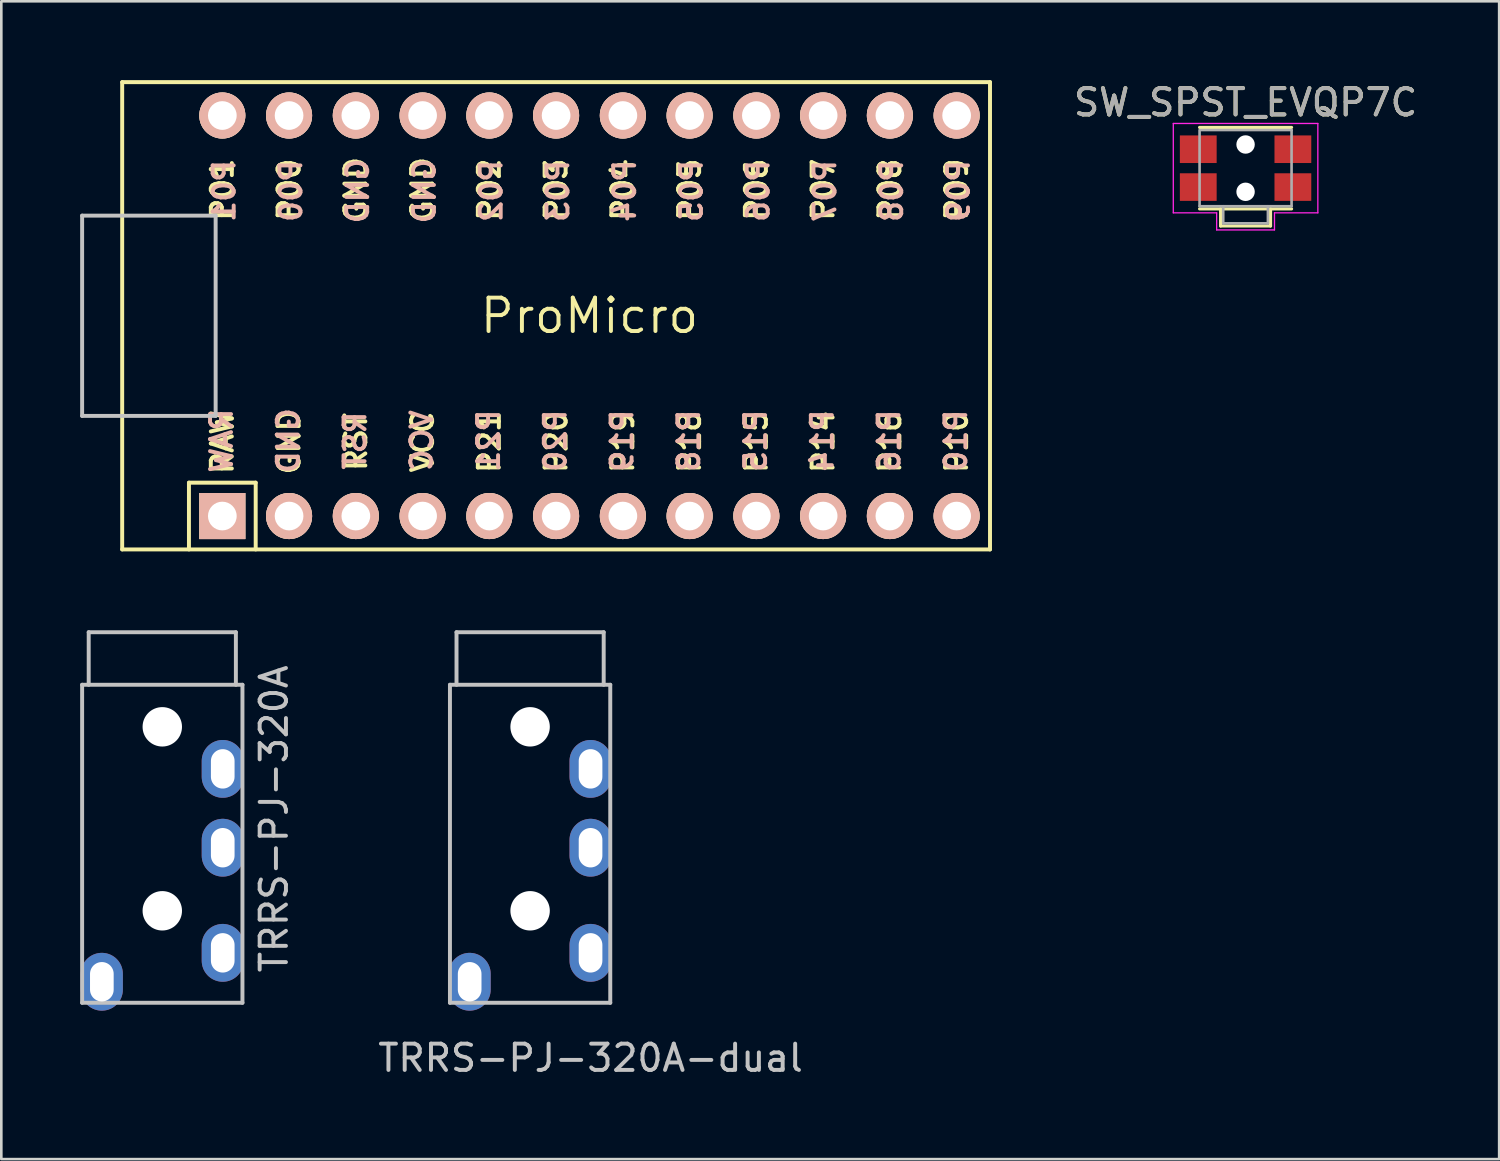
<source format=kicad_pcb>
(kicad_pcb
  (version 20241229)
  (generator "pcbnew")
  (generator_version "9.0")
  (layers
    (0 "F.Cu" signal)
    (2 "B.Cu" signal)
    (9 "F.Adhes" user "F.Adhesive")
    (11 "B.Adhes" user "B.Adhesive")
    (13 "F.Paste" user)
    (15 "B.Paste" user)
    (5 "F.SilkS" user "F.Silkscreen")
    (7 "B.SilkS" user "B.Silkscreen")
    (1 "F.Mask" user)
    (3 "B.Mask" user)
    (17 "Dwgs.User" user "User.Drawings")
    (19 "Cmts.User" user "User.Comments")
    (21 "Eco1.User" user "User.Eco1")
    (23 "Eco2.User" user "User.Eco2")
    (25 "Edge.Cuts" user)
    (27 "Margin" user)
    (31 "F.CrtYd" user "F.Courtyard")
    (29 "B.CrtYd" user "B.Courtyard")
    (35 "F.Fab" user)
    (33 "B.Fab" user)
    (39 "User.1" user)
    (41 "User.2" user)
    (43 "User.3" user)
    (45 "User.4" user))
  (footprint "ProMicro"
    (layer "F.Cu")
    (at 19.379 8.965)
    (property "Reference" "ProMicro" (at 0 0 0) (layer "F.SilkS") (effects (font (size 1.27 1.27) (thickness 0.15))))
    (attr through_hole)
    (fp_line (start -17.78 -8.89) (end -17.78 8.89) (stroke (width 0.15) (type solid)) (layer "F.SilkS"))
    (fp_line (start -17.78 8.89) (end 15.24 8.89) (stroke (width 0.15) (type solid)) (layer "F.SilkS"))
    (fp_line (start -15.24 6.35) (end -15.24 8.89) (stroke (width 0.15) (type solid)) (layer "F.SilkS"))
    (fp_line (start -15.24 6.35) (end -12.7 6.35) (stroke (width 0.15) (type solid)) (layer "F.SilkS"))
    (fp_line (start -12.7 6.35) (end -12.7 8.89) (stroke (width 0.15) (type solid)) (layer "F.SilkS"))
    (fp_line (start 15.24 -8.89) (end -17.78 -8.89) (stroke (width 0.15) (type solid)) (layer "F.SilkS"))
    (fp_line (start 15.24 8.89) (end 15.24 -8.89) (stroke (width 0.15) (type solid)) (layer "F.SilkS"))
    (fp_line (start -19.304 -3.81) (end -14.224 -3.81) (stroke (width 0.15) (type solid)) (layer "Dwgs.User"))
    (fp_line (start -19.304 3.81) (end -19.304 -3.81) (stroke (width 0.15) (type solid)) (layer "Dwgs.User"))
    (fp_line (start -14.224 -3.81) (end -14.224 3.81) (stroke (width 0.15) (type solid)) (layer "Dwgs.User"))
    (fp_line (start -14.224 3.81) (end -19.304 3.81) (stroke (width 0.15) (type solid)) (layer "Dwgs.User"))
    (fp_text user "P01" (at -13.97 -4.8 90) (layer "F.SilkS") (effects (font (size 0.8 0.8) (thickness 0.15))))
    (fp_text user "P06" (at 6.35 -4.8 90) (layer "F.SilkS") (effects (font (size 0.8 0.8) (thickness 0.15))))
    (fp_text user "P09" (at 13.97 -4.8 90) (layer "F.SilkS") (effects (font (size 0.8 0.8) (thickness 0.15))))
    (fp_text user "VCC" (at -6.35 4.8 90) (layer "F.SilkS") (effects (font (size 0.8 0.8) (thickness 0.15))))
    (fp_text user "P02" (at -3.81 -4.8 90) (layer "F.SilkS") (effects (font (size 0.8 0.8) (thickness 0.15))))
    (fp_text user "P07" (at 8.89 -4.8 90) (layer "F.SilkS") (effects (font (size 0.8 0.8) (thickness 0.15))))
    (fp_text user "P03" (at -1.27 -4.8 90) (layer "F.SilkS") (effects (font (size 0.8 0.8) (thickness 0.15))))
    (fp_text user "P15" (at 6.35 4.8 90) (layer "F.SilkS") (effects (font (size 0.8 0.8) (thickness 0.15))))
    (fp_text user "P10" (at 13.97 4.8 90) (layer "F.SilkS") (effects (font (size 0.8 0.8) (thickness 0.15))))
    (fp_text user "P18" (at 3.81 4.8 90) (layer "F.SilkS") (effects (font (size 0.8 0.8) (thickness 0.15))))
    (fp_text user "P05" (at 3.81 -4.8 90) (layer "F.SilkS") (effects (font (size 0.8 0.8) (thickness 0.15))))
    (fp_text user "P08" (at 11.43 -4.8 90) (layer "F.SilkS") (effects (font (size 0.8 0.8) (thickness 0.15))))
    (fp_text user "P20" (at -1.27 4.8 90) (layer "F.SilkS") (effects (font (size 0.8 0.8) (thickness 0.15))))
    (fp_text user "GND" (at -11.43 4.8 90) (layer "F.SilkS") (effects (font (size 0.8 0.8) (thickness 0.15))))
    (fp_text user "P19" (at 1.27 4.8 90) (layer "F.SilkS") (effects (font (size 0.8 0.8) (thickness 0.15))))
    (fp_text user "GND" (at -8.89 -4.8 90) (layer "F.SilkS") (effects (font (size 0.8 0.8) (thickness 0.15))))
    (fp_text user "P14" (at 8.89 4.8 90) (layer "F.SilkS") (effects (font (size 0.8 0.8) (thickness 0.15))))
    (fp_text user "P00" (at -11.43 -4.8 90) (layer "F.SilkS") (effects (font (size 0.8 0.8) (thickness 0.15))))
    (fp_text user "RST" (at -8.89 4.8 90) (layer "F.SilkS") (effects (font (size 0.8 0.8) (thickness 0.15))))
    (fp_text user "P21" (at -3.81 4.8 90) (layer "F.SilkS") (effects (font (size 0.8 0.8) (thickness 0.15))))
    (fp_text user "P16" (at 11.43 4.8 90) (layer "F.SilkS") (effects (font (size 0.8 0.8) (thickness 0.15))))
    (fp_text user "P04" (at 1.27 -4.8 90) (layer "F.SilkS") (effects (font (size 0.8 0.8) (thickness 0.15))))
    (fp_text user "RAW" (at -13.97 4.8 90) (layer "F.SilkS") (effects (font (size 0.8 0.8) (thickness 0.15))))
    (fp_text user "GND" (at -6.35 -4.8 90) (layer "F.SilkS") (effects (font (size 0.8 0.8) (thickness 0.15))))
    (fp_text user "P02" (at -3.74 -4.75 90) (layer "B.SilkS") (effects (font (size 0.8 0.8) (thickness 0.15)) (justify mirror)))
    (fp_text user "P19" (at 1.24 4.75 90) (layer "B.SilkS") (effects (font (size 0.8 0.8) (thickness 0.15)) (justify mirror)))
    (fp_text user "P20" (at -1.3 4.75 90) (layer "B.SilkS") (effects (font (size 0.8 0.8) (thickness 0.15)) (justify mirror)))
    (fp_text user "P00" (at -11.36 -4.75 90) (layer "B.SilkS") (effects (font (size 0.8 0.8) (thickness 0.15)) (justify mirror)))
    (fp_text user "P14" (at 8.86 4.75 90) (layer "B.SilkS") (effects (font (size 0.8 0.8) (thickness 0.15)) (justify mirror)))
    (fp_text user "RST" (at -8.92 4.75 90) (layer "B.SilkS") (effects (font (size 0.8 0.8) (thickness 0.15)) (justify mirror)))
    (fp_text user "P15" (at 6.32 4.75 90) (layer "B.SilkS") (effects (font (size 0.8 0.8) (thickness 0.15)) (justify mirror)))
    (fp_text user "P01" (at -13.9 -4.75 90) (layer "B.SilkS") (effects (font (size 0.8 0.8) (thickness 0.15)) (justify mirror)))
    (fp_text user "GND" (at -11.46 4.75 90) (layer "B.SilkS") (effects (font (size 0.8 0.8) (thickness 0.15)) (justify mirror)))
    (fp_text user "P06" (at 6.42 -4.75 90) (layer "B.SilkS") (effects (font (size 0.8 0.8) (thickness 0.15)) (justify mirror)))
    (fp_text user "P10" (at 13.94 4.75 90) (layer "B.SilkS") (effects (font (size 0.8 0.8) (thickness 0.15)) (justify mirror)))
    (fp_text user "P16" (at 11.4 4.75 90) (layer "B.SilkS") (effects (font (size 0.8 0.8) (thickness 0.15)) (justify mirror)))
    (fp_text user "GND" (at -8.82 -4.75 90) (layer "B.SilkS") (effects (font (size 0.8 0.8) (thickness 0.15)) (justify mirror)))
    (fp_text user "P07" (at 8.96 -4.75 90) (layer "B.SilkS") (effects (font (size 0.8 0.8) (thickness 0.15)) (justify mirror)))
    (fp_text user "P04" (at 1.34 -4.75 90) (layer "B.SilkS") (effects (font (size 0.8 0.8) (thickness 0.15)) (justify mirror)))
    (fp_text user "P05" (at 3.88 -4.75 90) (layer "B.SilkS") (effects (font (size 0.8 0.8) (thickness 0.15)) (justify mirror)))
    (fp_text user "P21" (at -3.84 4.75 90) (layer "B.SilkS") (effects (font (size 0.8 0.8) (thickness 0.15)) (justify mirror)))
    (fp_text user "P08" (at 11.5 -4.75 90) (layer "B.SilkS") (effects (font (size 0.8 0.8) (thickness 0.15)) (justify mirror)))
    (fp_text user "P18" (at 3.78 4.75 90) (layer "B.SilkS") (effects (font (size 0.8 0.8) (thickness 0.15)) (justify mirror)))
    (fp_text user "GND" (at -6.28 -4.75 90) (layer "B.SilkS") (effects (font (size 0.8 0.8) (thickness 0.15)) (justify mirror)))
    (fp_text user "VCC" (at -6.38 4.75 90) (layer "B.SilkS") (effects (font (size 0.8 0.8) (thickness 0.15)) (justify mirror)))
    (fp_text user "RAW" (at -14 4.75 90) (layer "B.SilkS") (effects (font (size 0.8 0.8) (thickness 0.15)) (justify mirror)))
    (fp_text user "P03" (at -1.2 -4.75 90) (layer "B.SilkS") (effects (font (size 0.8 0.8) (thickness 0.15)) (justify mirror)))
    (fp_text user "P09" (at 14.04 -4.75 90) (layer "B.SilkS") (effects (font (size 0.8 0.8) (thickness 0.15)) (justify mirror)))
    (pad "1" thru_hole rect (at -13.97 7.62) (size 1.753 1.753) (drill 1.092) (layers "*.Cu" "*.SilkS" "*.Mask"))
    (pad "2" thru_hole circle (at -11.43 7.62) (size 1.753 1.753) (drill 1.092) (layers "*.Cu" "*.SilkS" "*.Mask"))
    (pad "3" thru_hole circle (at -8.89 7.62) (size 1.753 1.753) (drill 1.092) (layers "*.Cu" "*.SilkS" "*.Mask"))
    (pad "4" thru_hole circle (at -6.35 7.62) (size 1.753 1.753) (drill 1.092) (layers "*.Cu" "*.SilkS" "*.Mask"))
    (pad "5" thru_hole circle (at -3.81 7.62) (size 1.753 1.753) (drill 1.092) (layers "*.Cu" "*.SilkS" "*.Mask"))
    (pad "6" thru_hole circle (at -1.27 7.62) (size 1.753 1.753) (drill 1.092) (layers "*.Cu" "*.SilkS" "*.Mask"))
    (pad "7" thru_hole circle (at 1.27 7.62) (size 1.753 1.753) (drill 1.092) (layers "*.Cu" "*.SilkS" "*.Mask"))
    (pad "8" thru_hole circle (at 3.81 7.62) (size 1.753 1.753) (drill 1.092) (layers "*.Cu" "*.SilkS" "*.Mask"))
    (pad "9" thru_hole circle (at 6.35 7.62) (size 1.753 1.753) (drill 1.092) (layers "*.Cu" "*.SilkS" "*.Mask"))
    (pad "10" thru_hole circle (at 8.89 7.62) (size 1.753 1.753) (drill 1.092) (layers "*.Cu" "*.SilkS" "*.Mask"))
    (pad "11" thru_hole circle (at 11.43 7.62) (size 1.753 1.753) (drill 1.092) (layers "*.Cu" "*.SilkS" "*.Mask"))
    (pad "12" thru_hole circle (at 13.97 7.62) (size 1.753 1.753) (drill 1.092) (layers "*.Cu" "*.SilkS" "*.Mask"))
    (pad "13" thru_hole circle (at -13.97 -7.62) (size 1.753 1.753) (drill 1.092) (layers "*.Cu" "*.SilkS" "*.Mask"))
    (pad "14" thru_hole circle (at -11.43 -7.62) (size 1.753 1.753) (drill 1.092) (layers "*.Cu" "*.SilkS" "*.Mask"))
    (pad "15" thru_hole circle (at -8.89 -7.62) (size 1.753 1.753) (drill 1.092) (layers "*.Cu" "*.SilkS" "*.Mask"))
    (pad "16" thru_hole circle (at -6.35 -7.62) (size 1.753 1.753) (drill 1.092) (layers "*.Cu" "*.SilkS" "*.Mask"))
    (pad "17" thru_hole circle (at -3.81 -7.62) (size 1.753 1.753) (drill 1.092) (layers "*.Cu" "*.SilkS" "*.Mask"))
    (pad "18" thru_hole circle (at -1.27 -7.62) (size 1.753 1.753) (drill 1.092) (layers "*.Cu" "*.SilkS" "*.Mask"))
    (pad "19" thru_hole circle (at 1.27 -7.62) (size 1.753 1.753) (drill 1.092) (layers "*.Cu" "*.SilkS" "*.Mask"))
    (pad "20" thru_hole circle (at 3.81 -7.62) (size 1.753 1.753) (drill 1.092) (layers "*.Cu" "*.SilkS" "*.Mask"))
    (pad "21" thru_hole circle (at 6.35 -7.62) (size 1.753 1.753) (drill 1.092) (layers "*.Cu" "*.SilkS" "*.Mask"))
    (pad "22" thru_hole circle (at 8.89 -7.62) (size 1.753 1.753) (drill 1.092) (layers "*.Cu" "*.SilkS" "*.Mask"))
    (pad "23" thru_hole circle (at 11.43 -7.62) (size 1.753 1.753) (drill 1.092) (layers "*.Cu" "*.SilkS" "*.Mask"))
    (pad "24" thru_hole circle (at 13.97 -7.62) (size 1.753 1.753) (drill 1.092) (layers "*.Cu" "*.SilkS" "*.Mask")))
  (footprint "SW_SPST_EVQP7C"
    (layer "F.Cu")
    (at 44.343 3.348)
    (property "Reference" "SW_SPST_EVQP7C" (at 0 -2.5 0) (layer "F.SilkS") (effects (font (size 1 1) (thickness 0.15))))
    (attr smd)
    (fp_line (start -1.75 -1.55) (end 1.75 -1.55) (stroke (width 0.12) (type solid)) (layer "F.SilkS"))
    (fp_line (start -0.95 2.2) (end -0.95 1.55) (stroke (width 0.12) (type solid)) (layer "F.SilkS"))
    (fp_line (start 0.95 1.55) (end 0.95 2.2) (stroke (width 0.12) (type solid)) (layer "F.SilkS"))
    (fp_line (start 0.95 2.2) (end -0.95 2.2) (stroke (width 0.12) (type solid)) (layer "F.SilkS"))
    (fp_line (start 1.75 1.55) (end -1.75 1.55) (stroke (width 0.12) (type solid)) (layer "F.SilkS"))
    (fp_line (start -2.75 -1.7) (end 2.75 -1.7) (stroke (width 0.05) (type solid)) (layer "F.CrtYd"))
    (fp_line (start -2.75 1.7) (end -2.75 -1.7) (stroke (width 0.05) (type solid)) (layer "F.CrtYd"))
    (fp_line (start -1.1 1.7) (end -2.75 1.7) (stroke (width 0.05) (type solid)) (layer "F.CrtYd"))
    (fp_line (start -1.1 2.35) (end -1.1 1.7) (stroke (width 0.05) (type solid)) (layer "F.CrtYd"))
    (fp_line (start 1.1 1.7) (end 1.1 2.35) (stroke (width 0.05) (type solid)) (layer "F.CrtYd"))
    (fp_line (start 1.1 2.35) (end -1.1 2.35) (stroke (width 0.05) (type solid)) (layer "F.CrtYd"))
    (fp_line (start 2.75 -1.7) (end 2.75 1.7) (stroke (width 0.05) (type solid)) (layer "F.CrtYd"))
    (fp_line (start 2.75 1.7) (end 1.1 1.7) (stroke (width 0.05) (type solid)) (layer "F.CrtYd"))
    (fp_line (start -1.75 -1.45) (end 1.75 -1.45) (stroke (width 0.1) (type solid)) (layer "F.Fab"))
    (fp_line (start -1.75 1.45) (end -1.75 -1.4) (stroke (width 0.1) (type solid)) (layer "F.Fab"))
    (fp_line (start -0.85 2.1) (end -0.85 1.45) (stroke (width 0.1) (type solid)) (layer "F.Fab"))
    (fp_line (start -0.85 2.1) (end 0.85 2.1) (stroke (width 0.1) (type solid)) (layer "F.Fab"))
    (fp_line (start 0.85 2.1) (end 0.85 1.45) (stroke (width 0.1) (type solid)) (layer "F.Fab"))
    (fp_line (start 1.75 -1.45) (end 1.75 1.45) (stroke (width 0.1) (type solid)) (layer "F.Fab"))
    (fp_line (start 1.75 1.45) (end -1.75 1.45) (stroke (width 0.1) (type solid)) (layer "F.Fab"))
    (fp_text user "${REFERENCE}" (at 0 -2.5 0) (layer "F.Fab") (effects (font (size 1 1) (thickness 0.15))))
    (pad "" np_thru_hole circle (at 0 -0.9) (size 0.7 0.7) (drill 0.7) (layers "*.Cu" "*.Mask"))
    (pad "" np_thru_hole circle (at 0 0.9) (size 0.7 0.7) (drill 0.7) (layers "*.Cu" "*.Mask"))
    (pad "1" smd rect (at -1.8 -0.72) (size 1.4 1.05) (layers "F.Cu" "F.Mask" "F.Paste"))
    (pad "1" smd rect (at 1.8 -0.72) (size 1.4 1.05) (layers "F.Cu" "F.Mask" "F.Paste"))
    (pad "2" smd rect (at -1.8 0.72) (size 1.4 1.05) (layers "F.Cu" "F.Mask" "F.Paste"))
    (pad "2" smd rect (at 1.8 0.72) (size 1.4 1.05) (layers "F.Cu" "F.Mask" "F.Paste")))
  (footprint "TRRS-PJ-320A-dual"
    (layer "F.Cu")
    (at 19.42 23.005)
    (property "Reference" "TRRS-PJ-320A-dual" (at 0 14.2 0) (layer "Dwgs.User") (effects (font (size 1 1) (thickness 0.15))))
    (attr through_hole)
    (fp_line (start -5.35 0) (end -5.35 12.1) (stroke (width 0.15) (type solid)) (layer "Dwgs.User"))
    (fp_line (start -5.1 0) (end -5.1 -2) (stroke (width 0.15) (type solid)) (layer "Dwgs.User"))
    (fp_line (start 0.5 -2) (end -5.1 -2) (stroke (width 0.15) (type solid)) (layer "Dwgs.User"))
    (fp_line (start 0.5 0) (end 0.5 -2) (stroke (width 0.15) (type solid)) (layer "Dwgs.User"))
    (fp_line (start 0.75 0) (end -5.35 0) (stroke (width 0.15) (type solid)) (layer "Dwgs.User"))
    (fp_line (start 0.75 0) (end 0.75 12.1) (stroke (width 0.15) (type solid)) (layer "Dwgs.User"))
    (fp_line (start 0.75 12.1) (end -5.35 12.1) (stroke (width 0.15) (type solid)) (layer "Dwgs.User"))
    (pad "" np_thru_hole circle (at -2.3 1.6) (size 1.5 1.5) (drill 1.5) (layers "*.Cu" "*.Mask"))
    (pad "" np_thru_hole circle (at -2.3 8.6) (size 1.5 1.5) (drill 1.5) (layers "*.Cu" "*.Mask"))
    (pad "1" thru_hole oval (at -4.6 11.3) (size 1.6 2.2) (drill oval 0.9 1.5) (layers "*.Cu" "*.Mask"))
    (pad "2" thru_hole oval (at 0 10.2) (size 1.6 2.2) (drill oval 0.9 1.5) (layers "*.Cu" "*.Mask"))
    (pad "3" thru_hole oval (at 0 6.2) (size 1.6 2.2) (drill oval 0.9 1.5) (layers "*.Cu" "*.Mask"))
    (pad "4" thru_hole oval (at 0 3.2) (size 1.6 2.2) (drill oval 0.9 1.5) (layers "*.Cu" "*.Mask")))
  (footprint "TRRS-PJ-320A"
    (layer "F.Cu")
    (at 3.125 28.105)
    (property "Reference" "TRRS-PJ-320A" (at 4.25 0 90) (layer "Dwgs.User") (effects (font (size 1 1) (thickness 0.15))))
    (attr through_hole)
    (fp_line (start -3.05 -5.1) (end -3.05 7) (stroke (width 0.15) (type solid)) (layer "Dwgs.User"))
    (fp_line (start -2.8 -5.1) (end -2.8 -7.1) (stroke (width 0.15) (type solid)) (layer "Dwgs.User"))
    (fp_line (start 2.8 -7.1) (end -2.8 -7.1) (stroke (width 0.15) (type solid)) (layer "Dwgs.User"))
    (fp_line (start 2.8 -5.1) (end 2.8 -7.1) (stroke (width 0.15) (type solid)) (layer "Dwgs.User"))
    (fp_line (start 3.05 -5.1) (end -3.05 -5.1) (stroke (width 0.15) (type solid)) (layer "Dwgs.User"))
    (fp_line (start 3.05 -5.1) (end 3.05 7) (stroke (width 0.15) (type solid)) (layer "Dwgs.User"))
    (fp_line (start 3.05 7) (end -3.05 7) (stroke (width 0.15) (type solid)) (layer "Dwgs.User"))
    (pad "" np_thru_hole circle (at 0 -3.5) (size 1.5 1.5) (drill 1.5) (layers "*.Cu" "*.Mask"))
    (pad "" np_thru_hole circle (at 0 3.5) (size 1.5 1.5) (drill 1.5) (layers "*.Cu" "*.Mask"))
    (pad "1" thru_hole oval (at -2.3 6.2) (size 1.6 2.2) (drill oval 0.9 1.5) (layers "*.Cu" "*.Mask"))
    (pad "2" thru_hole oval (at 2.3 5.1) (size 1.6 2.2) (drill oval 0.9 1.5) (layers "*.Cu" "*.Mask"))
    (pad "3" thru_hole oval (at 2.3 1.1) (size 1.6 2.2) (drill oval 0.9 1.5) (layers "*.Cu" "*.Mask"))
    (pad "4" thru_hole oval (at 2.3 -1.9) (size 1.6 2.2) (drill oval 0.9 1.5) (layers "*.Cu" "*.Mask")))
  (gr_rect
    (start -3 -3)
    (end 53.992 41.053)
    (stroke (width 0.1) (type default))
    (fill no)
    (layer "Edge.Cuts")))
</source>
